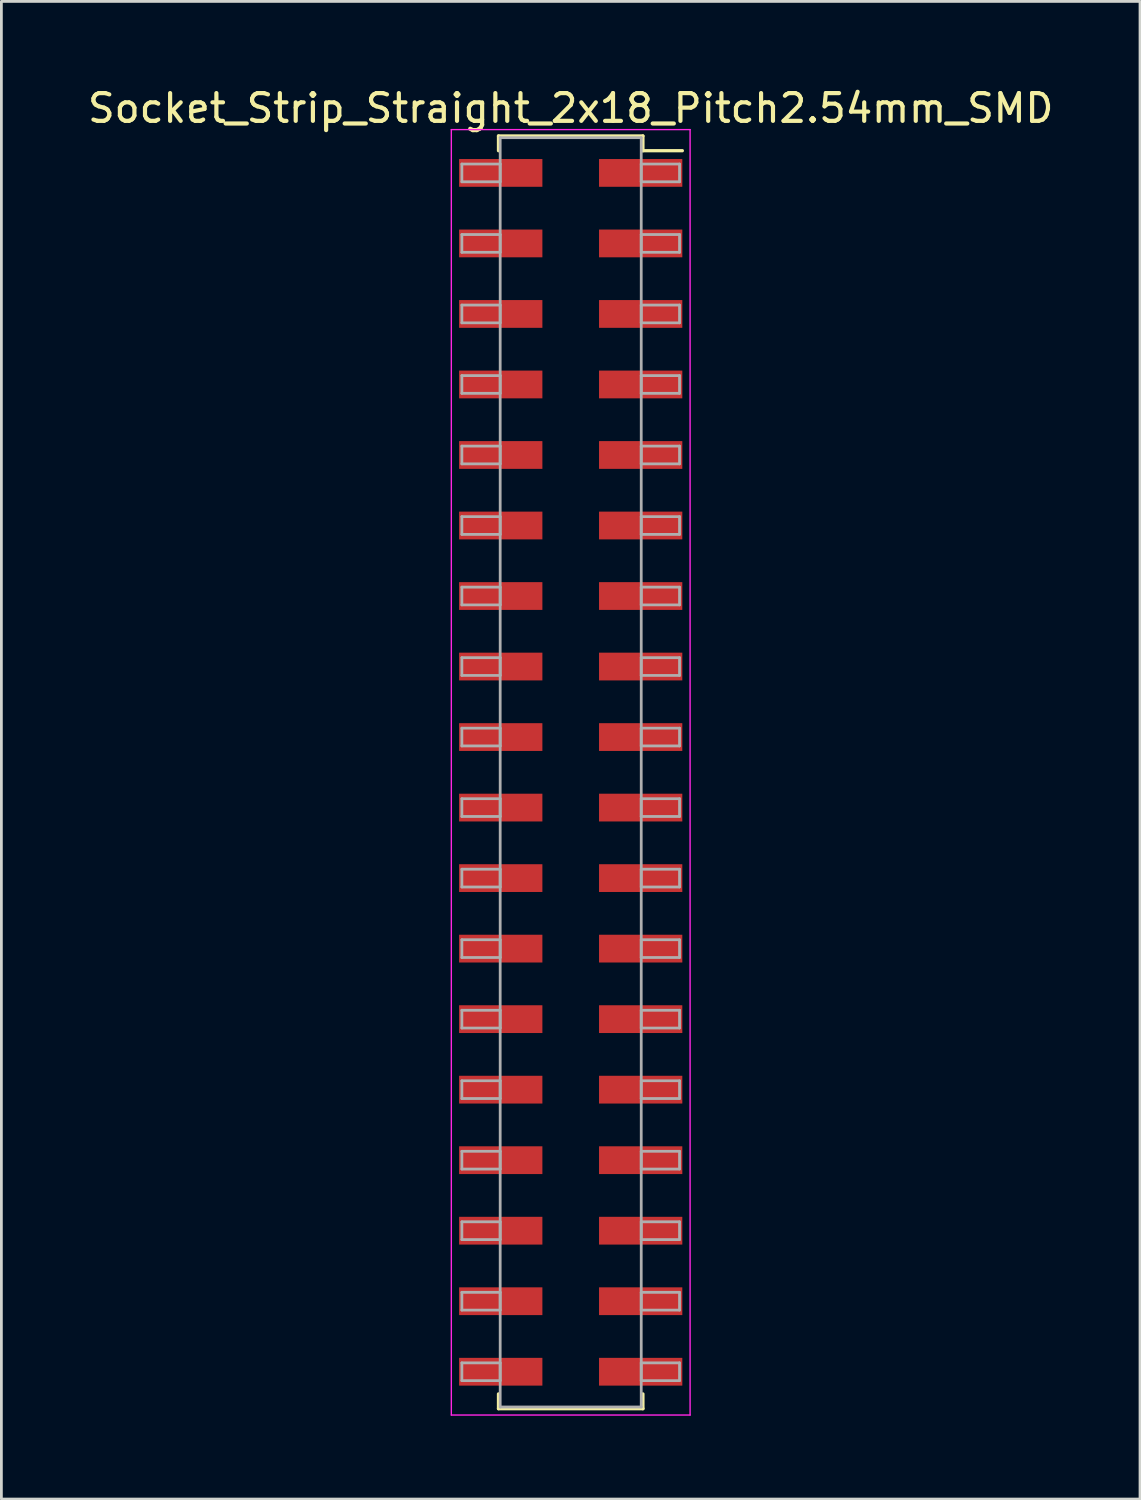
<source format=kicad_pcb>
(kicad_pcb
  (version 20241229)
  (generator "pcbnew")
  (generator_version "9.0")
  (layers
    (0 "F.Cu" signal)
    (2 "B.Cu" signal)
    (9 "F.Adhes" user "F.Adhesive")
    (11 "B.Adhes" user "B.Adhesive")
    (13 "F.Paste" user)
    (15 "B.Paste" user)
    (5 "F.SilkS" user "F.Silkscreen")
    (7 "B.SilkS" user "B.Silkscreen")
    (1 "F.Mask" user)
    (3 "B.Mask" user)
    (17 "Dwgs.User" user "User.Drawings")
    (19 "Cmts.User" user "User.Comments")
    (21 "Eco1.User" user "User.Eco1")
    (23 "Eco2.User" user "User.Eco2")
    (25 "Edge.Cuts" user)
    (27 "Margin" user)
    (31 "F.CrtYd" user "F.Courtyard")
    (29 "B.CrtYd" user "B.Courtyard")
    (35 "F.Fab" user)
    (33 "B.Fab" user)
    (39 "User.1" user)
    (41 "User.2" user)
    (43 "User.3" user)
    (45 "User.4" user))
  (footprint "Socket_Strip_Straight_2x18_Pitch2.54mm_SMD"
    (layer "F.Cu")
    (at 17.506 24.768)
    (property "Reference" "Socket_Strip_Straight_2x18_Pitch2.54mm_SMD" (at 0 -23.92 0) (layer "F.SilkS") (effects (font (size 1 1) (thickness 0.15))))
    (attr smd)
    (fp_line (start -2.6 -22.92) (end 2.6 -22.92) (stroke (width 0.12) (type solid)) (layer "F.SilkS"))
    (fp_line (start -2.6 -22.39) (end -2.6 -22.92) (stroke (width 0.12) (type solid)) (layer "F.SilkS"))
    (fp_line (start -2.6 22.39) (end -2.6 22.92) (stroke (width 0.12) (type solid)) (layer "F.SilkS"))
    (fp_line (start -2.6 22.92) (end 2.6 22.92) (stroke (width 0.12) (type solid)) (layer "F.SilkS"))
    (fp_line (start 2.6 -22.92) (end 2.6 -22.39) (stroke (width 0.12) (type solid)) (layer "F.SilkS"))
    (fp_line (start 2.6 22.92) (end 2.6 22.39) (stroke (width 0.12) (type solid)) (layer "F.SilkS"))
    (fp_line (start 4.02 -22.39) (end 2.6 -22.39) (stroke (width 0.12) (type solid)) (layer "F.SilkS"))
    (fp_line (start -4.3 -23.15) (end -4.3 23.15) (stroke (width 0.05) (type solid)) (layer "F.CrtYd"))
    (fp_line (start -4.3 23.15) (end 4.3 23.15) (stroke (width 0.05) (type solid)) (layer "F.CrtYd"))
    (fp_line (start 4.3 -23.15) (end -4.3 -23.15) (stroke (width 0.05) (type solid)) (layer "F.CrtYd"))
    (fp_line (start 4.3 23.15) (end 4.3 -23.15) (stroke (width 0.05) (type solid)) (layer "F.CrtYd"))
    (fp_line (start -3.92 -21.91) (end -2.54 -21.91) (stroke (width 0.1) (type solid)) (layer "F.Fab"))
    (fp_line (start -3.92 -21.27) (end -3.92 -21.91) (stroke (width 0.1) (type solid)) (layer "F.Fab"))
    (fp_line (start -3.92 -19.37) (end -2.54 -19.37) (stroke (width 0.1) (type solid)) (layer "F.Fab"))
    (fp_line (start -3.92 -18.73) (end -3.92 -19.37) (stroke (width 0.1) (type solid)) (layer "F.Fab"))
    (fp_line (start -3.92 -16.83) (end -2.54 -16.83) (stroke (width 0.1) (type solid)) (layer "F.Fab"))
    (fp_line (start -3.92 -16.19) (end -3.92 -16.83) (stroke (width 0.1) (type solid)) (layer "F.Fab"))
    (fp_line (start -3.92 -14.29) (end -2.54 -14.29) (stroke (width 0.1) (type solid)) (layer "F.Fab"))
    (fp_line (start -3.92 -13.65) (end -3.92 -14.29) (stroke (width 0.1) (type solid)) (layer "F.Fab"))
    (fp_line (start -3.92 -11.75) (end -2.54 -11.75) (stroke (width 0.1) (type solid)) (layer "F.Fab"))
    (fp_line (start -3.92 -11.11) (end -3.92 -11.75) (stroke (width 0.1) (type solid)) (layer "F.Fab"))
    (fp_line (start -3.92 -9.21) (end -2.54 -9.21) (stroke (width 0.1) (type solid)) (layer "F.Fab"))
    (fp_line (start -3.92 -8.57) (end -3.92 -9.21) (stroke (width 0.1) (type solid)) (layer "F.Fab"))
    (fp_line (start -3.92 -6.67) (end -2.54 -6.67) (stroke (width 0.1) (type solid)) (layer "F.Fab"))
    (fp_line (start -3.92 -6.03) (end -3.92 -6.67) (stroke (width 0.1) (type solid)) (layer "F.Fab"))
    (fp_line (start -3.92 -4.13) (end -2.54 -4.13) (stroke (width 0.1) (type solid)) (layer "F.Fab"))
    (fp_line (start -3.92 -3.49) (end -3.92 -4.13) (stroke (width 0.1) (type solid)) (layer "F.Fab"))
    (fp_line (start -3.92 -1.59) (end -2.54 -1.59) (stroke (width 0.1) (type solid)) (layer "F.Fab"))
    (fp_line (start -3.92 -0.95) (end -3.92 -1.59) (stroke (width 0.1) (type solid)) (layer "F.Fab"))
    (fp_line (start -3.92 0.95) (end -2.54 0.95) (stroke (width 0.1) (type solid)) (layer "F.Fab"))
    (fp_line (start -3.92 1.59) (end -3.92 0.95) (stroke (width 0.1) (type solid)) (layer "F.Fab"))
    (fp_line (start -3.92 3.49) (end -2.54 3.49) (stroke (width 0.1) (type solid)) (layer "F.Fab"))
    (fp_line (start -3.92 4.13) (end -3.92 3.49) (stroke (width 0.1) (type solid)) (layer "F.Fab"))
    (fp_line (start -3.92 6.03) (end -2.54 6.03) (stroke (width 0.1) (type solid)) (layer "F.Fab"))
    (fp_line (start -3.92 6.67) (end -3.92 6.03) (stroke (width 0.1) (type solid)) (layer "F.Fab"))
    (fp_line (start -3.92 8.57) (end -2.54 8.57) (stroke (width 0.1) (type solid)) (layer "F.Fab"))
    (fp_line (start -3.92 9.21) (end -3.92 8.57) (stroke (width 0.1) (type solid)) (layer "F.Fab"))
    (fp_line (start -3.92 11.11) (end -2.54 11.11) (stroke (width 0.1) (type solid)) (layer "F.Fab"))
    (fp_line (start -3.92 11.75) (end -3.92 11.11) (stroke (width 0.1) (type solid)) (layer "F.Fab"))
    (fp_line (start -3.92 13.65) (end -2.54 13.65) (stroke (width 0.1) (type solid)) (layer "F.Fab"))
    (fp_line (start -3.92 14.29) (end -3.92 13.65) (stroke (width 0.1) (type solid)) (layer "F.Fab"))
    (fp_line (start -3.92 16.19) (end -2.54 16.19) (stroke (width 0.1) (type solid)) (layer "F.Fab"))
    (fp_line (start -3.92 16.83) (end -3.92 16.19) (stroke (width 0.1) (type solid)) (layer "F.Fab"))
    (fp_line (start -3.92 18.73) (end -2.54 18.73) (stroke (width 0.1) (type solid)) (layer "F.Fab"))
    (fp_line (start -3.92 19.37) (end -3.92 18.73) (stroke (width 0.1) (type solid)) (layer "F.Fab"))
    (fp_line (start -3.92 21.27) (end -2.54 21.27) (stroke (width 0.1) (type solid)) (layer "F.Fab"))
    (fp_line (start -3.92 21.91) (end -3.92 21.27) (stroke (width 0.1) (type solid)) (layer "F.Fab"))
    (fp_line (start -2.54 -22.86) (end -2.54 22.86) (stroke (width 0.1) (type solid)) (layer "F.Fab"))
    (fp_line (start -2.54 -21.91) (end -2.54 -21.27) (stroke (width 0.1) (type solid)) (layer "F.Fab"))
    (fp_line (start -2.54 -21.27) (end -3.92 -21.27) (stroke (width 0.1) (type solid)) (layer "F.Fab"))
    (fp_line (start -2.54 -19.37) (end -2.54 -18.73) (stroke (width 0.1) (type solid)) (layer "F.Fab"))
    (fp_line (start -2.54 -18.73) (end -3.92 -18.73) (stroke (width 0.1) (type solid)) (layer "F.Fab"))
    (fp_line (start -2.54 -16.83) (end -2.54 -16.19) (stroke (width 0.1) (type solid)) (layer "F.Fab"))
    (fp_line (start -2.54 -16.19) (end -3.92 -16.19) (stroke (width 0.1) (type solid)) (layer "F.Fab"))
    (fp_line (start -2.54 -14.29) (end -2.54 -13.65) (stroke (width 0.1) (type solid)) (layer "F.Fab"))
    (fp_line (start -2.54 -13.65) (end -3.92 -13.65) (stroke (width 0.1) (type solid)) (layer "F.Fab"))
    (fp_line (start -2.54 -11.75) (end -2.54 -11.11) (stroke (width 0.1) (type solid)) (layer "F.Fab"))
    (fp_line (start -2.54 -11.11) (end -3.92 -11.11) (stroke (width 0.1) (type solid)) (layer "F.Fab"))
    (fp_line (start -2.54 -9.21) (end -2.54 -8.57) (stroke (width 0.1) (type solid)) (layer "F.Fab"))
    (fp_line (start -2.54 -8.57) (end -3.92 -8.57) (stroke (width 0.1) (type solid)) (layer "F.Fab"))
    (fp_line (start -2.54 -6.67) (end -2.54 -6.03) (stroke (width 0.1) (type solid)) (layer "F.Fab"))
    (fp_line (start -2.54 -6.03) (end -3.92 -6.03) (stroke (width 0.1) (type solid)) (layer "F.Fab"))
    (fp_line (start -2.54 -4.13) (end -2.54 -3.49) (stroke (width 0.1) (type solid)) (layer "F.Fab"))
    (fp_line (start -2.54 -3.49) (end -3.92 -3.49) (stroke (width 0.1) (type solid)) (layer "F.Fab"))
    (fp_line (start -2.54 -1.59) (end -2.54 -0.95) (stroke (width 0.1) (type solid)) (layer "F.Fab"))
    (fp_line (start -2.54 -0.95) (end -3.92 -0.95) (stroke (width 0.1) (type solid)) (layer "F.Fab"))
    (fp_line (start -2.54 0.95) (end -2.54 1.59) (stroke (width 0.1) (type solid)) (layer "F.Fab"))
    (fp_line (start -2.54 1.59) (end -3.92 1.59) (stroke (width 0.1) (type solid)) (layer "F.Fab"))
    (fp_line (start -2.54 3.49) (end -2.54 4.13) (stroke (width 0.1) (type solid)) (layer "F.Fab"))
    (fp_line (start -2.54 4.13) (end -3.92 4.13) (stroke (width 0.1) (type solid)) (layer "F.Fab"))
    (fp_line (start -2.54 6.03) (end -2.54 6.67) (stroke (width 0.1) (type solid)) (layer "F.Fab"))
    (fp_line (start -2.54 6.67) (end -3.92 6.67) (stroke (width 0.1) (type solid)) (layer "F.Fab"))
    (fp_line (start -2.54 8.57) (end -2.54 9.21) (stroke (width 0.1) (type solid)) (layer "F.Fab"))
    (fp_line (start -2.54 9.21) (end -3.92 9.21) (stroke (width 0.1) (type solid)) (layer "F.Fab"))
    (fp_line (start -2.54 11.11) (end -2.54 11.75) (stroke (width 0.1) (type solid)) (layer "F.Fab"))
    (fp_line (start -2.54 11.75) (end -3.92 11.75) (stroke (width 0.1) (type solid)) (layer "F.Fab"))
    (fp_line (start -2.54 13.65) (end -2.54 14.29) (stroke (width 0.1) (type solid)) (layer "F.Fab"))
    (fp_line (start -2.54 14.29) (end -3.92 14.29) (stroke (width 0.1) (type solid)) (layer "F.Fab"))
    (fp_line (start -2.54 16.19) (end -2.54 16.83) (stroke (width 0.1) (type solid)) (layer "F.Fab"))
    (fp_line (start -2.54 16.83) (end -3.92 16.83) (stroke (width 0.1) (type solid)) (layer "F.Fab"))
    (fp_line (start -2.54 18.73) (end -2.54 19.37) (stroke (width 0.1) (type solid)) (layer "F.Fab"))
    (fp_line (start -2.54 19.37) (end -3.92 19.37) (stroke (width 0.1) (type solid)) (layer "F.Fab"))
    (fp_line (start -2.54 21.27) (end -2.54 21.91) (stroke (width 0.1) (type solid)) (layer "F.Fab"))
    (fp_line (start -2.54 21.91) (end -3.92 21.91) (stroke (width 0.1) (type solid)) (layer "F.Fab"))
    (fp_line (start -2.54 22.86) (end 2.54 22.86) (stroke (width 0.1) (type solid)) (layer "F.Fab"))
    (fp_line (start 2.54 -22.86) (end -2.54 -22.86) (stroke (width 0.1) (type solid)) (layer "F.Fab"))
    (fp_line (start 2.54 -21.91) (end 2.54 -21.27) (stroke (width 0.1) (type solid)) (layer "F.Fab"))
    (fp_line (start 2.54 -21.27) (end 3.92 -21.27) (stroke (width 0.1) (type solid)) (layer "F.Fab"))
    (fp_line (start 2.54 -19.37) (end 2.54 -18.73) (stroke (width 0.1) (type solid)) (layer "F.Fab"))
    (fp_line (start 2.54 -18.73) (end 3.92 -18.73) (stroke (width 0.1) (type solid)) (layer "F.Fab"))
    (fp_line (start 2.54 -16.83) (end 2.54 -16.19) (stroke (width 0.1) (type solid)) (layer "F.Fab"))
    (fp_line (start 2.54 -16.19) (end 3.92 -16.19) (stroke (width 0.1) (type solid)) (layer "F.Fab"))
    (fp_line (start 2.54 -14.29) (end 2.54 -13.65) (stroke (width 0.1) (type solid)) (layer "F.Fab"))
    (fp_line (start 2.54 -13.65) (end 3.92 -13.65) (stroke (width 0.1) (type solid)) (layer "F.Fab"))
    (fp_line (start 2.54 -11.75) (end 2.54 -11.11) (stroke (width 0.1) (type solid)) (layer "F.Fab"))
    (fp_line (start 2.54 -11.11) (end 3.92 -11.11) (stroke (width 0.1) (type solid)) (layer "F.Fab"))
    (fp_line (start 2.54 -9.21) (end 2.54 -8.57) (stroke (width 0.1) (type solid)) (layer "F.Fab"))
    (fp_line (start 2.54 -8.57) (end 3.92 -8.57) (stroke (width 0.1) (type solid)) (layer "F.Fab"))
    (fp_line (start 2.54 -6.67) (end 2.54 -6.03) (stroke (width 0.1) (type solid)) (layer "F.Fab"))
    (fp_line (start 2.54 -6.03) (end 3.92 -6.03) (stroke (width 0.1) (type solid)) (layer "F.Fab"))
    (fp_line (start 2.54 -4.13) (end 2.54 -3.49) (stroke (width 0.1) (type solid)) (layer "F.Fab"))
    (fp_line (start 2.54 -3.49) (end 3.92 -3.49) (stroke (width 0.1) (type solid)) (layer "F.Fab"))
    (fp_line (start 2.54 -1.59) (end 2.54 -0.95) (stroke (width 0.1) (type solid)) (layer "F.Fab"))
    (fp_line (start 2.54 -0.95) (end 3.92 -0.95) (stroke (width 0.1) (type solid)) (layer "F.Fab"))
    (fp_line (start 2.54 0.95) (end 2.54 1.59) (stroke (width 0.1) (type solid)) (layer "F.Fab"))
    (fp_line (start 2.54 1.59) (end 3.92 1.59) (stroke (width 0.1) (type solid)) (layer "F.Fab"))
    (fp_line (start 2.54 3.49) (end 2.54 4.13) (stroke (width 0.1) (type solid)) (layer "F.Fab"))
    (fp_line (start 2.54 4.13) (end 3.92 4.13) (stroke (width 0.1) (type solid)) (layer "F.Fab"))
    (fp_line (start 2.54 6.03) (end 2.54 6.67) (stroke (width 0.1) (type solid)) (layer "F.Fab"))
    (fp_line (start 2.54 6.67) (end 3.92 6.67) (stroke (width 0.1) (type solid)) (layer "F.Fab"))
    (fp_line (start 2.54 8.57) (end 2.54 9.21) (stroke (width 0.1) (type solid)) (layer "F.Fab"))
    (fp_line (start 2.54 9.21) (end 3.92 9.21) (stroke (width 0.1) (type solid)) (layer "F.Fab"))
    (fp_line (start 2.54 11.11) (end 2.54 11.75) (stroke (width 0.1) (type solid)) (layer "F.Fab"))
    (fp_line (start 2.54 11.75) (end 3.92 11.75) (stroke (width 0.1) (type solid)) (layer "F.Fab"))
    (fp_line (start 2.54 13.65) (end 2.54 14.29) (stroke (width 0.1) (type solid)) (layer "F.Fab"))
    (fp_line (start 2.54 14.29) (end 3.92 14.29) (stroke (width 0.1) (type solid)) (layer "F.Fab"))
    (fp_line (start 2.54 16.19) (end 2.54 16.83) (stroke (width 0.1) (type solid)) (layer "F.Fab"))
    (fp_line (start 2.54 16.83) (end 3.92 16.83) (stroke (width 0.1) (type solid)) (layer "F.Fab"))
    (fp_line (start 2.54 18.73) (end 2.54 19.37) (stroke (width 0.1) (type solid)) (layer "F.Fab"))
    (fp_line (start 2.54 19.37) (end 3.92 19.37) (stroke (width 0.1) (type solid)) (layer "F.Fab"))
    (fp_line (start 2.54 21.27) (end 2.54 21.91) (stroke (width 0.1) (type solid)) (layer "F.Fab"))
    (fp_line (start 2.54 21.91) (end 3.92 21.91) (stroke (width 0.1) (type solid)) (layer "F.Fab"))
    (fp_line (start 2.54 22.86) (end 2.54 -22.86) (stroke (width 0.1) (type solid)) (layer "F.Fab"))
    (fp_line (start 3.92 -21.91) (end 2.54 -21.91) (stroke (width 0.1) (type solid)) (layer "F.Fab"))
    (fp_line (start 3.92 -21.27) (end 3.92 -21.91) (stroke (width 0.1) (type solid)) (layer "F.Fab"))
    (fp_line (start 3.92 -19.37) (end 2.54 -19.37) (stroke (width 0.1) (type solid)) (layer "F.Fab"))
    (fp_line (start 3.92 -18.73) (end 3.92 -19.37) (stroke (width 0.1) (type solid)) (layer "F.Fab"))
    (fp_line (start 3.92 -16.83) (end 2.54 -16.83) (stroke (width 0.1) (type solid)) (layer "F.Fab"))
    (fp_line (start 3.92 -16.19) (end 3.92 -16.83) (stroke (width 0.1) (type solid)) (layer "F.Fab"))
    (fp_line (start 3.92 -14.29) (end 2.54 -14.29) (stroke (width 0.1) (type solid)) (layer "F.Fab"))
    (fp_line (start 3.92 -13.65) (end 3.92 -14.29) (stroke (width 0.1) (type solid)) (layer "F.Fab"))
    (fp_line (start 3.92 -11.75) (end 2.54 -11.75) (stroke (width 0.1) (type solid)) (layer "F.Fab"))
    (fp_line (start 3.92 -11.11) (end 3.92 -11.75) (stroke (width 0.1) (type solid)) (layer "F.Fab"))
    (fp_line (start 3.92 -9.21) (end 2.54 -9.21) (stroke (width 0.1) (type solid)) (layer "F.Fab"))
    (fp_line (start 3.92 -8.57) (end 3.92 -9.21) (stroke (width 0.1) (type solid)) (layer "F.Fab"))
    (fp_line (start 3.92 -6.67) (end 2.54 -6.67) (stroke (width 0.1) (type solid)) (layer "F.Fab"))
    (fp_line (start 3.92 -6.03) (end 3.92 -6.67) (stroke (width 0.1) (type solid)) (layer "F.Fab"))
    (fp_line (start 3.92 -4.13) (end 2.54 -4.13) (stroke (width 0.1) (type solid)) (layer "F.Fab"))
    (fp_line (start 3.92 -3.49) (end 3.92 -4.13) (stroke (width 0.1) (type solid)) (layer "F.Fab"))
    (fp_line (start 3.92 -1.59) (end 2.54 -1.59) (stroke (width 0.1) (type solid)) (layer "F.Fab"))
    (fp_line (start 3.92 -0.95) (end 3.92 -1.59) (stroke (width 0.1) (type solid)) (layer "F.Fab"))
    (fp_line (start 3.92 0.95) (end 2.54 0.95) (stroke (width 0.1) (type solid)) (layer "F.Fab"))
    (fp_line (start 3.92 1.59) (end 3.92 0.95) (stroke (width 0.1) (type solid)) (layer "F.Fab"))
    (fp_line (start 3.92 3.49) (end 2.54 3.49) (stroke (width 0.1) (type solid)) (layer "F.Fab"))
    (fp_line (start 3.92 4.13) (end 3.92 3.49) (stroke (width 0.1) (type solid)) (layer "F.Fab"))
    (fp_line (start 3.92 6.03) (end 2.54 6.03) (stroke (width 0.1) (type solid)) (layer "F.Fab"))
    (fp_line (start 3.92 6.67) (end 3.92 6.03) (stroke (width 0.1) (type solid)) (layer "F.Fab"))
    (fp_line (start 3.92 8.57) (end 2.54 8.57) (stroke (width 0.1) (type solid)) (layer "F.Fab"))
    (fp_line (start 3.92 9.21) (end 3.92 8.57) (stroke (width 0.1) (type solid)) (layer "F.Fab"))
    (fp_line (start 3.92 11.11) (end 2.54 11.11) (stroke (width 0.1) (type solid)) (layer "F.Fab"))
    (fp_line (start 3.92 11.75) (end 3.92 11.11) (stroke (width 0.1) (type solid)) (layer "F.Fab"))
    (fp_line (start 3.92 13.65) (end 2.54 13.65) (stroke (width 0.1) (type solid)) (layer "F.Fab"))
    (fp_line (start 3.92 14.29) (end 3.92 13.65) (stroke (width 0.1) (type solid)) (layer "F.Fab"))
    (fp_line (start 3.92 16.19) (end 2.54 16.19) (stroke (width 0.1) (type solid)) (layer "F.Fab"))
    (fp_line (start 3.92 16.83) (end 3.92 16.19) (stroke (width 0.1) (type solid)) (layer "F.Fab"))
    (fp_line (start 3.92 18.73) (end 2.54 18.73) (stroke (width 0.1) (type solid)) (layer "F.Fab"))
    (fp_line (start 3.92 19.37) (end 3.92 18.73) (stroke (width 0.1) (type solid)) (layer "F.Fab"))
    (fp_line (start 3.92 21.27) (end 2.54 21.27) (stroke (width 0.1) (type solid)) (layer "F.Fab"))
    (fp_line (start 3.92 21.91) (end 3.92 21.27) (stroke (width 0.1) (type solid)) (layer "F.Fab"))
    (pad "1" smd rect (at 2.52 -21.59) (size 3 1) (layers "F.Cu" "F.Mask"))
    (pad "2" smd rect (at -2.52 -21.59) (size 3 1) (layers "F.Cu" "F.Mask"))
    (pad "3" smd rect (at 2.52 -19.05) (size 3 1) (layers "F.Cu" "F.Mask"))
    (pad "4" smd rect (at -2.52 -19.05) (size 3 1) (layers "F.Cu" "F.Mask"))
    (pad "5" smd rect (at 2.52 -16.51) (size 3 1) (layers "F.Cu" "F.Mask"))
    (pad "6" smd rect (at -2.52 -16.51) (size 3 1) (layers "F.Cu" "F.Mask"))
    (pad "7" smd rect (at 2.52 -13.97) (size 3 1) (layers "F.Cu" "F.Mask"))
    (pad "8" smd rect (at -2.52 -13.97) (size 3 1) (layers "F.Cu" "F.Mask"))
    (pad "9" smd rect (at 2.52 -11.43) (size 3 1) (layers "F.Cu" "F.Mask"))
    (pad "10" smd rect (at -2.52 -11.43) (size 3 1) (layers "F.Cu" "F.Mask"))
    (pad "11" smd rect (at 2.52 -8.89) (size 3 1) (layers "F.Cu" "F.Mask"))
    (pad "12" smd rect (at -2.52 -8.89) (size 3 1) (layers "F.Cu" "F.Mask"))
    (pad "13" smd rect (at 2.52 -6.35) (size 3 1) (layers "F.Cu" "F.Mask"))
    (pad "14" smd rect (at -2.52 -6.35) (size 3 1) (layers "F.Cu" "F.Mask"))
    (pad "15" smd rect (at 2.52 -3.81) (size 3 1) (layers "F.Cu" "F.Mask"))
    (pad "16" smd rect (at -2.52 -3.81) (size 3 1) (layers "F.Cu" "F.Mask"))
    (pad "17" smd rect (at 2.52 -1.27) (size 3 1) (layers "F.Cu" "F.Mask"))
    (pad "18" smd rect (at -2.52 -1.27) (size 3 1) (layers "F.Cu" "F.Mask"))
    (pad "19" smd rect (at 2.52 1.27) (size 3 1) (layers "F.Cu" "F.Mask"))
    (pad "20" smd rect (at -2.52 1.27) (size 3 1) (layers "F.Cu" "F.Mask"))
    (pad "21" smd rect (at 2.52 3.81) (size 3 1) (layers "F.Cu" "F.Mask"))
    (pad "22" smd rect (at -2.52 3.81) (size 3 1) (layers "F.Cu" "F.Mask"))
    (pad "23" smd rect (at 2.52 6.35) (size 3 1) (layers "F.Cu" "F.Mask"))
    (pad "24" smd rect (at -2.52 6.35) (size 3 1) (layers "F.Cu" "F.Mask"))
    (pad "25" smd rect (at 2.52 8.89) (size 3 1) (layers "F.Cu" "F.Mask"))
    (pad "26" smd rect (at -2.52 8.89) (size 3 1) (layers "F.Cu" "F.Mask"))
    (pad "27" smd rect (at 2.52 11.43) (size 3 1) (layers "F.Cu" "F.Mask"))
    (pad "28" smd rect (at -2.52 11.43) (size 3 1) (layers "F.Cu" "F.Mask"))
    (pad "29" smd rect (at 2.52 13.97) (size 3 1) (layers "F.Cu" "F.Mask"))
    (pad "30" smd rect (at -2.52 13.97) (size 3 1) (layers "F.Cu" "F.Mask"))
    (pad "31" smd rect (at 2.52 16.51) (size 3 1) (layers "F.Cu" "F.Mask"))
    (pad "32" smd rect (at -2.52 16.51) (size 3 1) (layers "F.Cu" "F.Mask"))
    (pad "33" smd rect (at 2.52 19.05) (size 3 1) (layers "F.Cu" "F.Mask"))
    (pad "34" smd rect (at -2.52 19.05) (size 3 1) (layers "F.Cu" "F.Mask"))
    (pad "35" smd rect (at 2.52 21.59) (size 3 1) (layers "F.Cu" "F.Mask"))
    (pad "36" smd rect (at -2.52 21.59) (size 3 1) (layers "F.Cu" "F.Mask")))
  (gr_rect
    (start -3 -3)
    (end 38.012 50.943)
    (stroke (width 0.1) (type default))
    (fill no)
    (layer "Edge.Cuts")))
</source>
